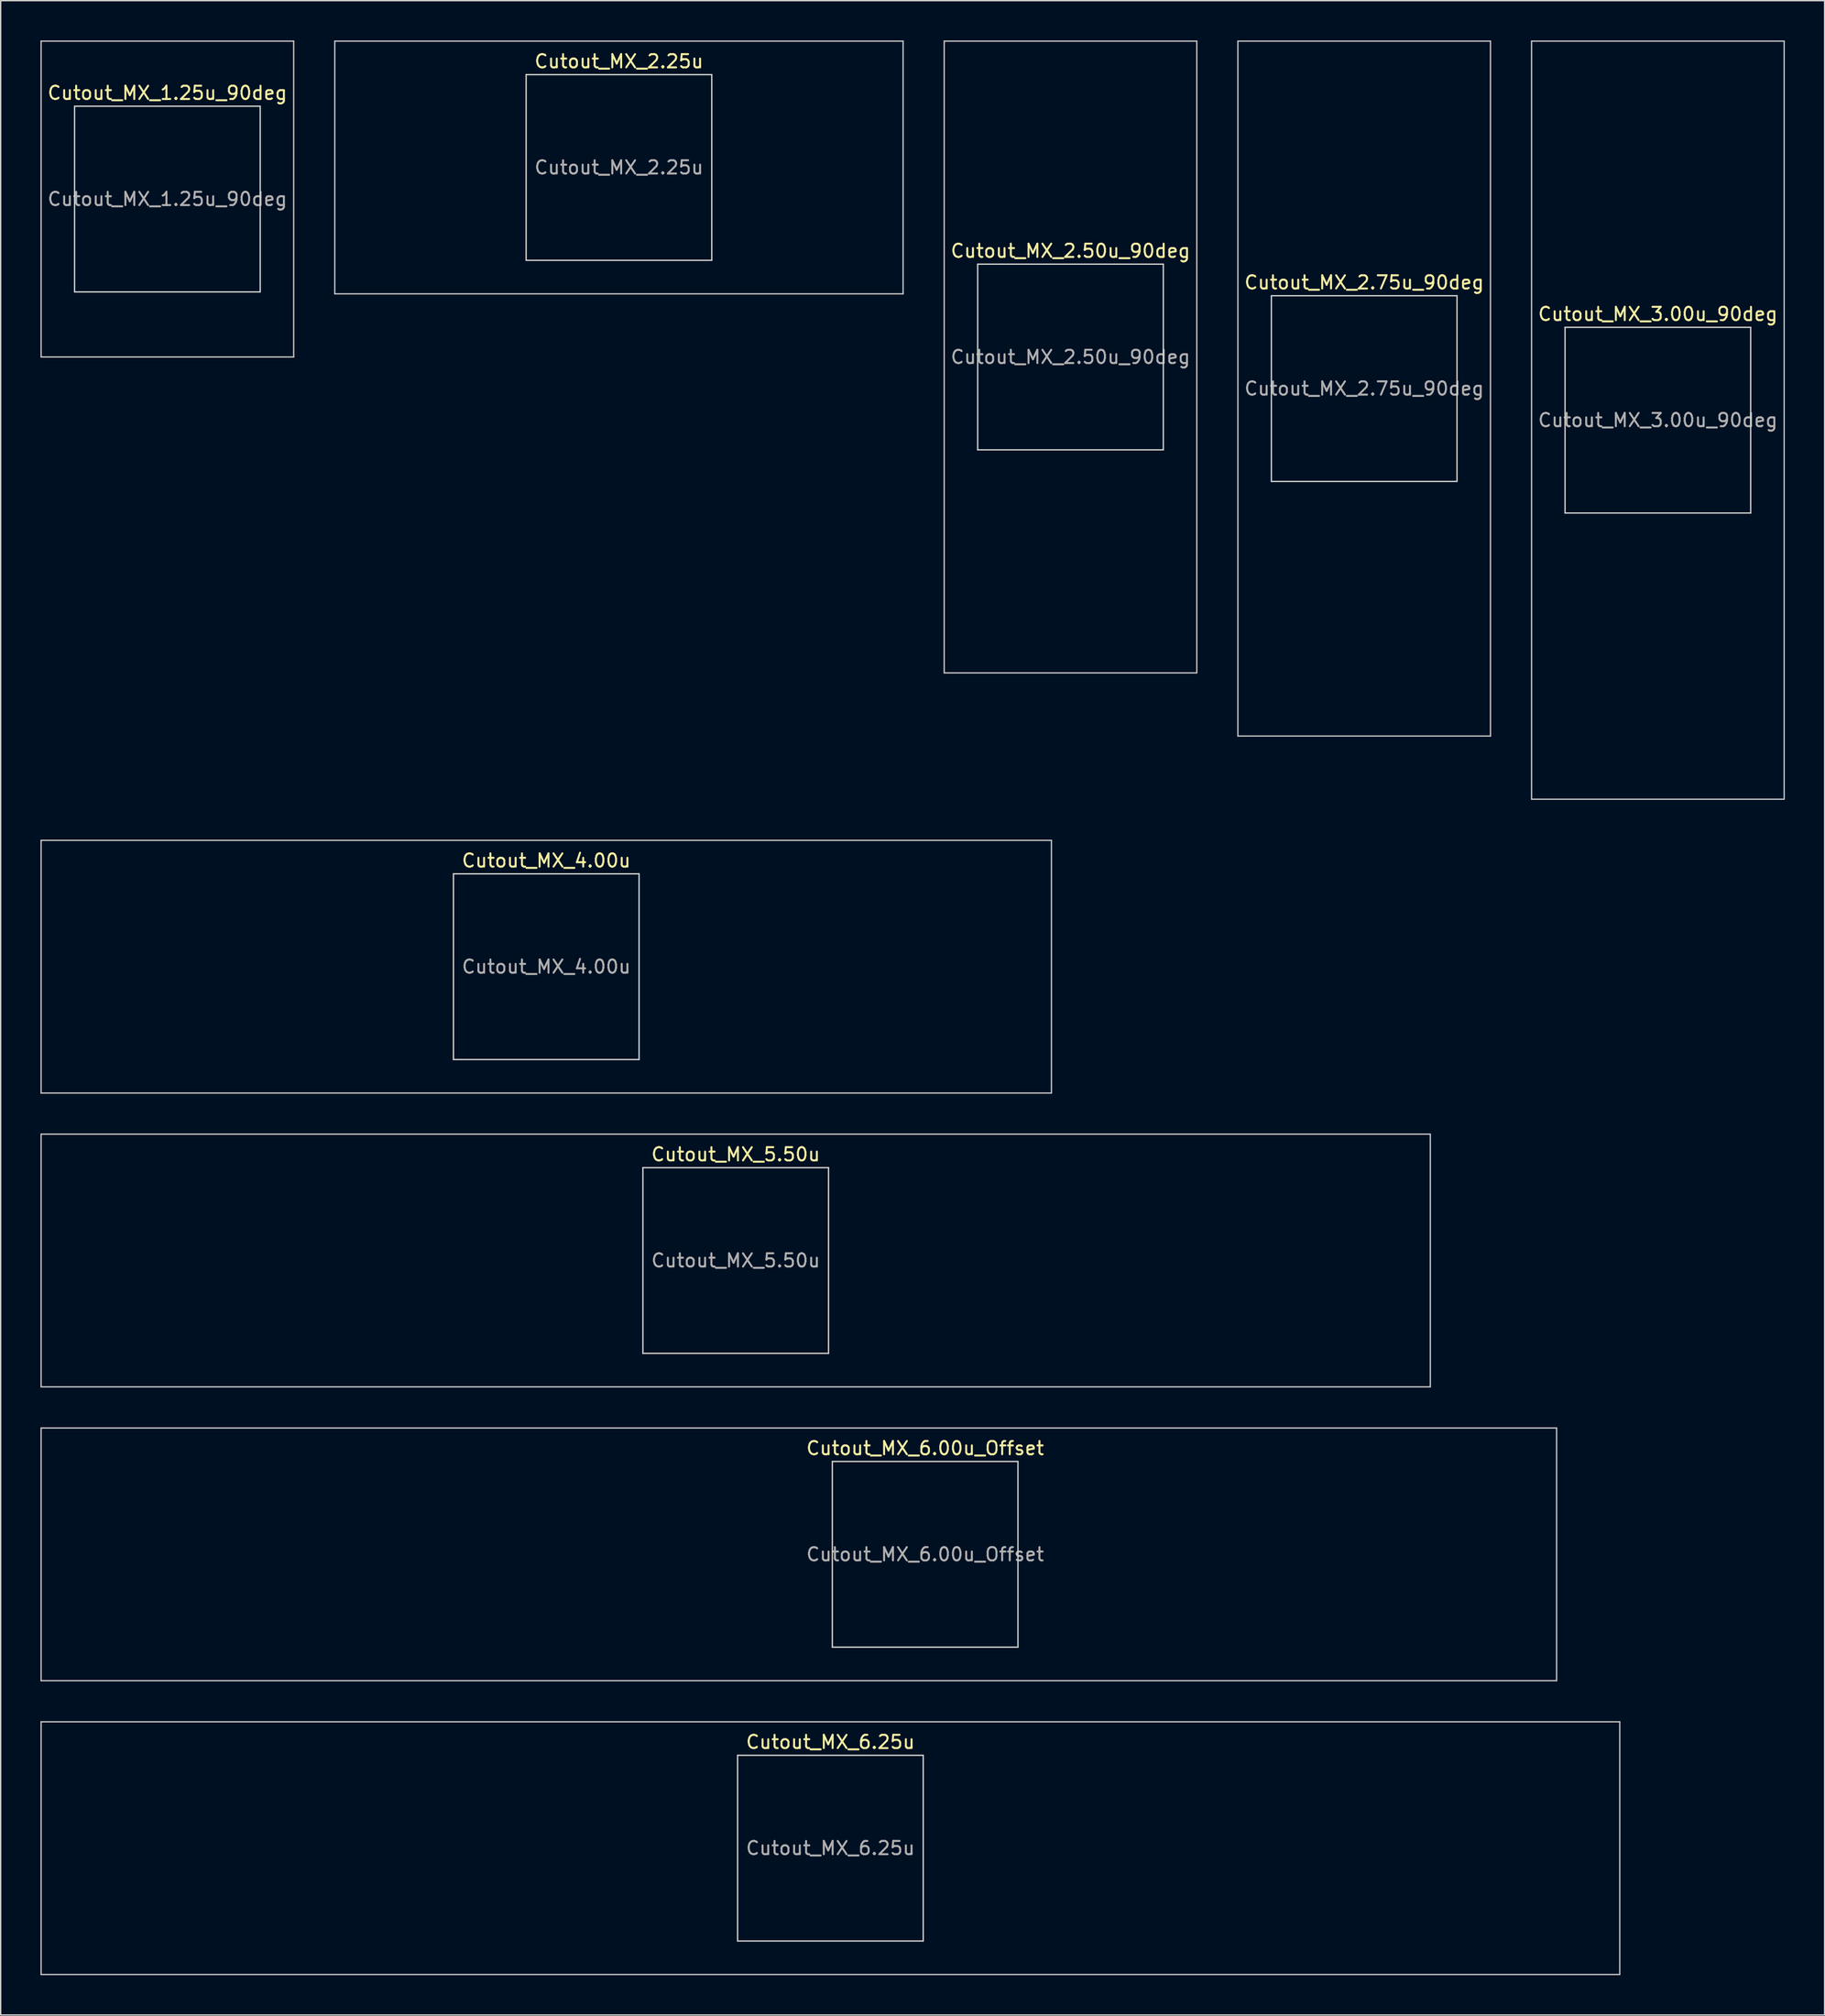
<source format=kicad_pcb>
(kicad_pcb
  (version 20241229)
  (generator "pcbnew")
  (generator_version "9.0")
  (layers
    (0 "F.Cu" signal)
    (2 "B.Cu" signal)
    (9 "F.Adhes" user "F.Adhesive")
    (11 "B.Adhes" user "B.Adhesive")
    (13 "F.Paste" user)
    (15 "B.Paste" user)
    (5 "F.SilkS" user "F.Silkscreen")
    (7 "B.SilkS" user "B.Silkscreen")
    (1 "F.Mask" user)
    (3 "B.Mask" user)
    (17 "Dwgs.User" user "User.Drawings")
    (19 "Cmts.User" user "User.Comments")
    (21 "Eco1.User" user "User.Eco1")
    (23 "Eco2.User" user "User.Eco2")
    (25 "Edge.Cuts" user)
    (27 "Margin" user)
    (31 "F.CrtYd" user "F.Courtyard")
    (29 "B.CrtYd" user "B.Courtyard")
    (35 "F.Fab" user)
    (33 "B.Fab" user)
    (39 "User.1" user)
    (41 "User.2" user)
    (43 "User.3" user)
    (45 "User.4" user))
  (footprint "Cutout_MX_5.50u"
    (layer "F.Cu")
    (at 52.438 91.975)
    (property "Reference" "Cutout_MX_5.50u" (at 0 -8 0) (layer "F.SilkS") (effects (font (size 1 1) (thickness 0.15))))
    (attr through_hole)
    (fp_line (start -52.388 -9.525) (end -52.388 9.525) (stroke (width 0.1) (type solid)) (layer "Dwgs.User"))
    (fp_line (start -52.388 9.525) (end 52.388 9.525) (stroke (width 0.1) (type solid)) (layer "Dwgs.User"))
    (fp_line (start 52.388 -9.525) (end -52.388 -9.525) (stroke (width 0.1) (type solid)) (layer "Dwgs.User"))
    (fp_line (start 52.388 9.525) (end 52.388 -9.525) (stroke (width 0.1) (type solid)) (layer "Dwgs.User"))
    (fp_line (start -7 -7) (end -7 7) (stroke (width 0.1) (type solid)) (layer "Edge.Cuts"))
    (fp_line (start -7 7) (end 7 7) (stroke (width 0.1) (type solid)) (layer "Edge.Cuts"))
    (fp_line (start 7 -7) (end -7 -7) (stroke (width 0.1) (type solid)) (layer "Edge.Cuts"))
    (fp_line (start 7 7) (end 7 -7) (stroke (width 0.1) (type solid)) (layer "Edge.Cuts"))
    (fp_text user "${REFERENCE}" (at 0 0 0) (layer "F.Fab") (effects (font (size 1 1) (thickness 0.15)))))
  (footprint "Cutout_MX_6.00u_Offset"
    (layer "F.Cu")
    (at 66.725 114.125)
    (property "Reference" "Cutout_MX_6.00u_Offset" (at 0 -8 0) (layer "F.SilkS") (effects (font (size 1 1) (thickness 0.15))))
    (attr through_hole)
    (fp_line (start -66.675 -9.525) (end -66.675 9.525) (stroke (width 0.1) (type solid)) (layer "Dwgs.User"))
    (fp_line (start -66.675 9.525) (end 47.625 9.525) (stroke (width 0.1) (type solid)) (layer "Dwgs.User"))
    (fp_line (start 47.625 -9.525) (end -66.675 -9.525) (stroke (width 0.1) (type solid)) (layer "Dwgs.User"))
    (fp_line (start 47.625 9.525) (end 47.625 -9.525) (stroke (width 0.1) (type solid)) (layer "Dwgs.User"))
    (fp_line (start -7 -7) (end -7 7) (stroke (width 0.1) (type solid)) (layer "Edge.Cuts"))
    (fp_line (start -7 7) (end 7 7) (stroke (width 0.1) (type solid)) (layer "Edge.Cuts"))
    (fp_line (start 7 -7) (end -7 -7) (stroke (width 0.1) (type solid)) (layer "Edge.Cuts"))
    (fp_line (start 7 7) (end 7 -7) (stroke (width 0.1) (type solid)) (layer "Edge.Cuts"))
    (fp_text user "${REFERENCE}" (at 0 0 0) (layer "F.Fab") (effects (font (size 1 1) (thickness 0.15)))))
  (footprint "Cutout_MX_2.50u_90deg"
    (layer "F.Cu")
    (at 77.688 23.863)
    (property "Reference" "Cutout_MX_2.50u_90deg" (at 0 -8 0) (layer "F.SilkS") (effects (font (size 1 1) (thickness 0.15))))
    (attr through_hole)
    (fp_line (start -9.525 -23.812) (end 9.525 -23.812) (stroke (width 0.1) (type solid)) (layer "Dwgs.User"))
    (fp_line (start -9.525 23.812) (end -9.525 -23.812) (stroke (width 0.1) (type solid)) (layer "Dwgs.User"))
    (fp_line (start 9.525 -23.812) (end 9.525 23.812) (stroke (width 0.1) (type solid)) (layer "Dwgs.User"))
    (fp_line (start 9.525 23.812) (end -9.525 23.812) (stroke (width 0.1) (type solid)) (layer "Dwgs.User"))
    (fp_line (start -7 -7) (end -7 7) (stroke (width 0.1) (type solid)) (layer "Edge.Cuts"))
    (fp_line (start -7 7) (end 7 7) (stroke (width 0.1) (type solid)) (layer "Edge.Cuts"))
    (fp_line (start 7 -7) (end -7 -7) (stroke (width 0.1) (type solid)) (layer "Edge.Cuts"))
    (fp_line (start 7 7) (end 7 -7) (stroke (width 0.1) (type solid)) (layer "Edge.Cuts"))
    (fp_text user "${REFERENCE}" (at 0 0 0) (layer "F.Fab") (effects (font (size 1 1) (thickness 0.15)))))
  (footprint "Cutout_MX_2.75u_90deg"
    (layer "F.Cu")
    (at 99.838 26.244)
    (property "Reference" "Cutout_MX_2.75u_90deg" (at 0 -8 0) (layer "F.SilkS") (effects (font (size 1 1) (thickness 0.15))))
    (attr through_hole)
    (fp_line (start -9.525 -26.194) (end 9.525 -26.194) (stroke (width 0.1) (type solid)) (layer "Dwgs.User"))
    (fp_line (start -9.525 26.194) (end -9.525 -26.194) (stroke (width 0.1) (type solid)) (layer "Dwgs.User"))
    (fp_line (start 9.525 -26.194) (end 9.525 26.194) (stroke (width 0.1) (type solid)) (layer "Dwgs.User"))
    (fp_line (start 9.525 26.194) (end -9.525 26.194) (stroke (width 0.1) (type solid)) (layer "Dwgs.User"))
    (fp_line (start -7 -7) (end -7 7) (stroke (width 0.1) (type solid)) (layer "Edge.Cuts"))
    (fp_line (start -7 7) (end 7 7) (stroke (width 0.1) (type solid)) (layer "Edge.Cuts"))
    (fp_line (start 7 -7) (end -7 -7) (stroke (width 0.1) (type solid)) (layer "Edge.Cuts"))
    (fp_line (start 7 7) (end 7 -7) (stroke (width 0.1) (type solid)) (layer "Edge.Cuts"))
    (fp_text user "${REFERENCE}" (at 0 0 0) (layer "F.Fab") (effects (font (size 1 1) (thickness 0.15)))))
  (footprint "Cutout_MX_1.25u_90deg"
    (layer "F.Cu")
    (at 9.575 11.956)
    (property "Reference" "Cutout_MX_1.25u_90deg" (at 0 -8 0) (layer "F.SilkS") (effects (font (size 1 1) (thickness 0.15))))
    (attr through_hole)
    (fp_line (start -9.525 -11.906) (end 9.525 -11.906) (stroke (width 0.1) (type solid)) (layer "Dwgs.User"))
    (fp_line (start -9.525 11.906) (end -9.525 -11.906) (stroke (width 0.1) (type solid)) (layer "Dwgs.User"))
    (fp_line (start 9.525 -11.906) (end 9.525 11.906) (stroke (width 0.1) (type solid)) (layer "Dwgs.User"))
    (fp_line (start 9.525 11.906) (end -9.525 11.906) (stroke (width 0.1) (type solid)) (layer "Dwgs.User"))
    (fp_line (start -7 -7) (end -7 7) (stroke (width 0.1) (type solid)) (layer "Edge.Cuts"))
    (fp_line (start -7 7) (end 7 7) (stroke (width 0.1) (type solid)) (layer "Edge.Cuts"))
    (fp_line (start 7 -7) (end -7 -7) (stroke (width 0.1) (type solid)) (layer "Edge.Cuts"))
    (fp_line (start 7 7) (end 7 -7) (stroke (width 0.1) (type solid)) (layer "Edge.Cuts"))
    (fp_text user "${REFERENCE}" (at 0 0 0) (layer "F.Fab") (effects (font (size 1 1) (thickness 0.15)))))
  (footprint "Cutout_MX_3.00u_90deg"
    (layer "F.Cu")
    (at 121.987 28.625)
    (property "Reference" "Cutout_MX_3.00u_90deg" (at 0 -8 0) (layer "F.SilkS") (effects (font (size 1 1) (thickness 0.15))))
    (attr through_hole)
    (fp_line (start -9.525 -28.575) (end 9.525 -28.575) (stroke (width 0.1) (type solid)) (layer "Dwgs.User"))
    (fp_line (start -9.525 28.575) (end -9.525 -28.575) (stroke (width 0.1) (type solid)) (layer "Dwgs.User"))
    (fp_line (start 9.525 -28.575) (end 9.525 28.575) (stroke (width 0.1) (type solid)) (layer "Dwgs.User"))
    (fp_line (start 9.525 28.575) (end -9.525 28.575) (stroke (width 0.1) (type solid)) (layer "Dwgs.User"))
    (fp_line (start -7 -7) (end -7 7) (stroke (width 0.1) (type solid)) (layer "Edge.Cuts"))
    (fp_line (start -7 7) (end 7 7) (stroke (width 0.1) (type solid)) (layer "Edge.Cuts"))
    (fp_line (start 7 -7) (end -7 -7) (stroke (width 0.1) (type solid)) (layer "Edge.Cuts"))
    (fp_line (start 7 7) (end 7 -7) (stroke (width 0.1) (type solid)) (layer "Edge.Cuts"))
    (fp_text user "${REFERENCE}" (at 0 0 0) (layer "F.Fab") (effects (font (size 1 1) (thickness 0.15)))))
  (footprint "Cutout_MX_4.00u"
    (layer "F.Cu")
    (at 38.15 69.825)
    (property "Reference" "Cutout_MX_4.00u" (at 0 -8 0) (layer "F.SilkS") (effects (font (size 1 1) (thickness 0.15))))
    (attr through_hole)
    (fp_line (start -38.1 -9.525) (end -38.1 9.525) (stroke (width 0.1) (type solid)) (layer "Dwgs.User"))
    (fp_line (start -38.1 9.525) (end 38.1 9.525) (stroke (width 0.1) (type solid)) (layer "Dwgs.User"))
    (fp_line (start 38.1 -9.525) (end -38.1 -9.525) (stroke (width 0.1) (type solid)) (layer "Dwgs.User"))
    (fp_line (start 38.1 9.525) (end 38.1 -9.525) (stroke (width 0.1) (type solid)) (layer "Dwgs.User"))
    (fp_line (start -7 -7) (end -7 7) (stroke (width 0.1) (type solid)) (layer "Edge.Cuts"))
    (fp_line (start -7 7) (end 7 7) (stroke (width 0.1) (type solid)) (layer "Edge.Cuts"))
    (fp_line (start 7 -7) (end -7 -7) (stroke (width 0.1) (type solid)) (layer "Edge.Cuts"))
    (fp_line (start 7 7) (end 7 -7) (stroke (width 0.1) (type solid)) (layer "Edge.Cuts"))
    (fp_text user "${REFERENCE}" (at 0 0 0) (layer "F.Fab") (effects (font (size 1 1) (thickness 0.15)))))
  (footprint "Cutout_MX_6.25u"
    (layer "F.Cu")
    (at 59.581 136.275)
    (property "Reference" "Cutout_MX_6.25u" (at 0 -8 0) (layer "F.SilkS") (effects (font (size 1 1) (thickness 0.15))))
    (attr through_hole)
    (fp_line (start -59.531 -9.525) (end -59.531 9.525) (stroke (width 0.1) (type solid)) (layer "Dwgs.User"))
    (fp_line (start -59.531 9.525) (end 59.531 9.525) (stroke (width 0.1) (type solid)) (layer "Dwgs.User"))
    (fp_line (start 59.531 -9.525) (end -59.531 -9.525) (stroke (width 0.1) (type solid)) (layer "Dwgs.User"))
    (fp_line (start 59.531 9.525) (end 59.531 -9.525) (stroke (width 0.1) (type solid)) (layer "Dwgs.User"))
    (fp_line (start -7 -7) (end -7 7) (stroke (width 0.1) (type solid)) (layer "Edge.Cuts"))
    (fp_line (start -7 7) (end 7 7) (stroke (width 0.1) (type solid)) (layer "Edge.Cuts"))
    (fp_line (start 7 -7) (end -7 -7) (stroke (width 0.1) (type solid)) (layer "Edge.Cuts"))
    (fp_line (start 7 7) (end 7 -7) (stroke (width 0.1) (type solid)) (layer "Edge.Cuts"))
    (fp_text user "${REFERENCE}" (at 0 0 0) (layer "F.Fab") (effects (font (size 1 1) (thickness 0.15)))))
  (footprint "Cutout_MX_2.25u"
    (layer "F.Cu")
    (at 43.631 9.575)
    (property "Reference" "Cutout_MX_2.25u" (at 0 -8 0) (layer "F.SilkS") (effects (font (size 1 1) (thickness 0.15))))
    (attr through_hole)
    (fp_line (start -21.431 -9.525) (end -21.431 9.525) (stroke (width 0.1) (type solid)) (layer "Dwgs.User"))
    (fp_line (start -21.431 9.525) (end 21.431 9.525) (stroke (width 0.1) (type solid)) (layer "Dwgs.User"))
    (fp_line (start 21.431 -9.525) (end -21.431 -9.525) (stroke (width 0.1) (type solid)) (layer "Dwgs.User"))
    (fp_line (start 21.431 9.525) (end 21.431 -9.525) (stroke (width 0.1) (type solid)) (layer "Dwgs.User"))
    (fp_line (start -7 -7) (end -7 7) (stroke (width 0.1) (type solid)) (layer "Edge.Cuts"))
    (fp_line (start -7 7) (end 7 7) (stroke (width 0.1) (type solid)) (layer "Edge.Cuts"))
    (fp_line (start 7 -7) (end -7 -7) (stroke (width 0.1) (type solid)) (layer "Edge.Cuts"))
    (fp_line (start 7 7) (end 7 -7) (stroke (width 0.1) (type solid)) (layer "Edge.Cuts"))
    (fp_text user "${REFERENCE}" (at 0 0 0) (layer "F.Fab") (effects (font (size 1 1) (thickness 0.15)))))
  (gr_rect
    (start -3 -3)
    (end 134.562 148.85)
    (stroke (width 0.1) (type default))
    (fill no)
    (layer "Edge.Cuts")))
</source>
